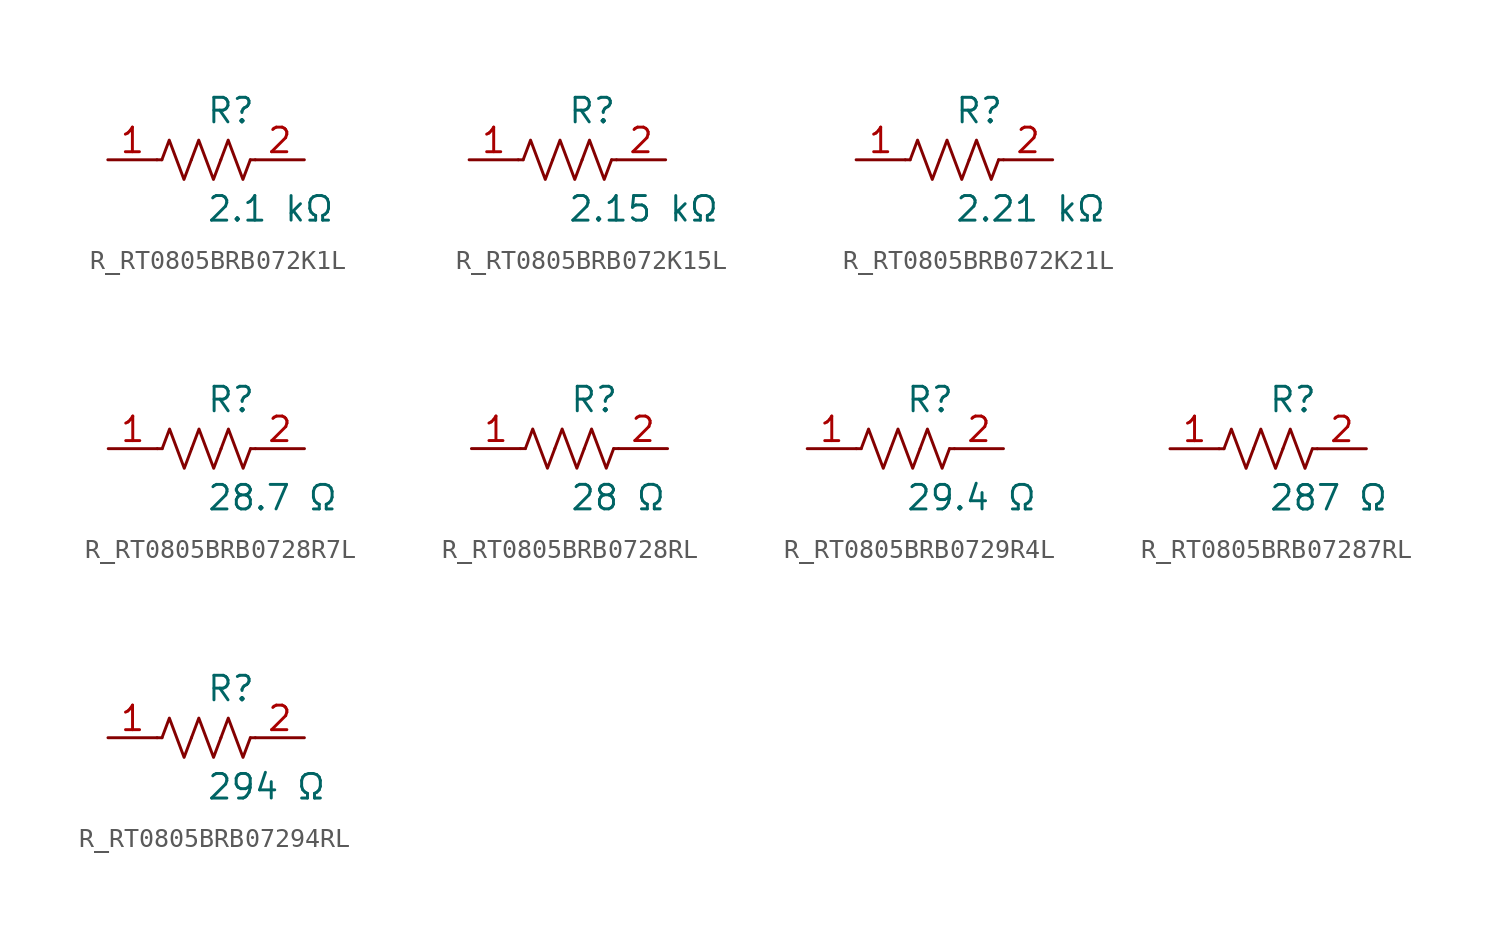
<source format=kicad_sym>
(kicad_symbol_lib
  (version 20231120)
  (generator kicad_symbol_editor)
  (generator_version 8.0)
  (symbol "R_RT0805BRB072K1L"
    (pin_names
      (offset 0.254))
    (property "Reference" "R"
      (at 0.0 2.54 0)
      (effects (font (size 1.27 1.27)) (justify left)))
    (property "Value" "2.1 kΩ"
      (at 0.0 -2.54 0)
      (effects (font (size 1.27 1.27)) (justify left)))
    (symbol "R_RT0805BRB072K1L_0_1"
      (polyline (pts (xy 2.286 0) (xy 2.54 0)) (stroke (width 0) (type default)) (fill (type none)))
      (polyline (pts (xy -2.286 0) (xy -2.54 0)) (stroke (width 0) (type default)) (fill (type none)))
      (polyline (pts (xy 0.762 0) (xy 1.143 1.016) (xy 1.524 0) (xy 1.905 -1.016) (xy 2.286 0)) (stroke (width 0) (type default)) (fill (type none)))
      (polyline (pts (xy -0.762 0) (xy -0.381 1.016) (xy 0 0) (xy 0.381 -1.016) (xy 0.762 0)) (stroke (width 0) (type default)) (fill (type none)))
      (polyline (pts (xy -2.286 0) (xy -1.905 1.016) (xy -1.524 0) (xy -1.143 -1.016) (xy -0.762 0)) (stroke (width 0) (type default)) (fill (type none))))
    (pin unspecified line
      (at -5.08 0 0)
      (length 2.54)
      (name "" (effects (font (size 1.27 1.27))))
      (number "1" (effects (font (size 1.27 1.27)))))
    (pin unspecified line
      (at 5.08 0 180)
      (length 2.54)
      (name "" (effects (font (size 1.27 1.27))))
      (number "2" (effects (font (size 1.27 1.27))))))
  (symbol "R_RT0805BRB072K15L"
    (pin_names
      (offset 0.254))
    (property "Reference" "R"
      (at 0.0 2.54 0)
      (effects (font (size 1.27 1.27)) (justify left)))
    (property "Value" "2.15 kΩ"
      (at 0.0 -2.54 0)
      (effects (font (size 1.27 1.27)) (justify left)))
    (symbol "R_RT0805BRB072K15L_0_1"
      (polyline (pts (xy 2.286 0) (xy 2.54 0)) (stroke (width 0) (type default)) (fill (type none)))
      (polyline (pts (xy -2.286 0) (xy -2.54 0)) (stroke (width 0) (type default)) (fill (type none)))
      (polyline (pts (xy 0.762 0) (xy 1.143 1.016) (xy 1.524 0) (xy 1.905 -1.016) (xy 2.286 0)) (stroke (width 0) (type default)) (fill (type none)))
      (polyline (pts (xy -0.762 0) (xy -0.381 1.016) (xy 0 0) (xy 0.381 -1.016) (xy 0.762 0)) (stroke (width 0) (type default)) (fill (type none)))
      (polyline (pts (xy -2.286 0) (xy -1.905 1.016) (xy -1.524 0) (xy -1.143 -1.016) (xy -0.762 0)) (stroke (width 0) (type default)) (fill (type none))))
    (pin unspecified line
      (at -5.08 0 0)
      (length 2.54)
      (name "" (effects (font (size 1.27 1.27))))
      (number "1" (effects (font (size 1.27 1.27)))))
    (pin unspecified line
      (at 5.08 0 180)
      (length 2.54)
      (name "" (effects (font (size 1.27 1.27))))
      (number "2" (effects (font (size 1.27 1.27))))))
  (symbol "R_RT0805BRB072K21L"
    (pin_names
      (offset 0.254))
    (property "Reference" "R"
      (at 0.0 2.54 0)
      (effects (font (size 1.27 1.27)) (justify left)))
    (property "Value" "2.21 kΩ"
      (at 0.0 -2.54 0)
      (effects (font (size 1.27 1.27)) (justify left)))
    (symbol "R_RT0805BRB072K21L_0_1"
      (polyline (pts (xy 2.286 0) (xy 2.54 0)) (stroke (width 0) (type default)) (fill (type none)))
      (polyline (pts (xy -2.286 0) (xy -2.54 0)) (stroke (width 0) (type default)) (fill (type none)))
      (polyline (pts (xy 0.762 0) (xy 1.143 1.016) (xy 1.524 0) (xy 1.905 -1.016) (xy 2.286 0)) (stroke (width 0) (type default)) (fill (type none)))
      (polyline (pts (xy -0.762 0) (xy -0.381 1.016) (xy 0 0) (xy 0.381 -1.016) (xy 0.762 0)) (stroke (width 0) (type default)) (fill (type none)))
      (polyline (pts (xy -2.286 0) (xy -1.905 1.016) (xy -1.524 0) (xy -1.143 -1.016) (xy -0.762 0)) (stroke (width 0) (type default)) (fill (type none))))
    (pin unspecified line
      (at -5.08 0 0)
      (length 2.54)
      (name "" (effects (font (size 1.27 1.27))))
      (number "1" (effects (font (size 1.27 1.27)))))
    (pin unspecified line
      (at 5.08 0 180)
      (length 2.54)
      (name "" (effects (font (size 1.27 1.27))))
      (number "2" (effects (font (size 1.27 1.27))))))
  (symbol "R_RT0805BRB0728R7L"
    (pin_names
      (offset 0.254))
    (property "Reference" "R"
      (at 0.0 2.54 0)
      (effects (font (size 1.27 1.27)) (justify left)))
    (property "Value" "28.7 Ω"
      (at 0.0 -2.54 0)
      (effects (font (size 1.27 1.27)) (justify left)))
    (symbol "R_RT0805BRB0728R7L_0_1"
      (polyline (pts (xy 2.286 0) (xy 2.54 0)) (stroke (width 0) (type default)) (fill (type none)))
      (polyline (pts (xy -2.286 0) (xy -2.54 0)) (stroke (width 0) (type default)) (fill (type none)))
      (polyline (pts (xy 0.762 0) (xy 1.143 1.016) (xy 1.524 0) (xy 1.905 -1.016) (xy 2.286 0)) (stroke (width 0) (type default)) (fill (type none)))
      (polyline (pts (xy -0.762 0) (xy -0.381 1.016) (xy 0 0) (xy 0.381 -1.016) (xy 0.762 0)) (stroke (width 0) (type default)) (fill (type none)))
      (polyline (pts (xy -2.286 0) (xy -1.905 1.016) (xy -1.524 0) (xy -1.143 -1.016) (xy -0.762 0)) (stroke (width 0) (type default)) (fill (type none))))
    (pin unspecified line
      (at -5.08 0 0)
      (length 2.54)
      (name "" (effects (font (size 1.27 1.27))))
      (number "1" (effects (font (size 1.27 1.27)))))
    (pin unspecified line
      (at 5.08 0 180)
      (length 2.54)
      (name "" (effects (font (size 1.27 1.27))))
      (number "2" (effects (font (size 1.27 1.27))))))
  (symbol "R_RT0805BRB0728RL"
    (pin_names
      (offset 0.254))
    (property "Reference" "R"
      (at 0.0 2.54 0)
      (effects (font (size 1.27 1.27)) (justify left)))
    (property "Value" "28 Ω"
      (at 0.0 -2.54 0)
      (effects (font (size 1.27 1.27)) (justify left)))
    (symbol "R_RT0805BRB0728RL_0_1"
      (polyline (pts (xy 2.286 0) (xy 2.54 0)) (stroke (width 0) (type default)) (fill (type none)))
      (polyline (pts (xy -2.286 0) (xy -2.54 0)) (stroke (width 0) (type default)) (fill (type none)))
      (polyline (pts (xy 0.762 0) (xy 1.143 1.016) (xy 1.524 0) (xy 1.905 -1.016) (xy 2.286 0)) (stroke (width 0) (type default)) (fill (type none)))
      (polyline (pts (xy -0.762 0) (xy -0.381 1.016) (xy 0 0) (xy 0.381 -1.016) (xy 0.762 0)) (stroke (width 0) (type default)) (fill (type none)))
      (polyline (pts (xy -2.286 0) (xy -1.905 1.016) (xy -1.524 0) (xy -1.143 -1.016) (xy -0.762 0)) (stroke (width 0) (type default)) (fill (type none))))
    (pin unspecified line
      (at -5.08 0 0)
      (length 2.54)
      (name "" (effects (font (size 1.27 1.27))))
      (number "1" (effects (font (size 1.27 1.27)))))
    (pin unspecified line
      (at 5.08 0 180)
      (length 2.54)
      (name "" (effects (font (size 1.27 1.27))))
      (number "2" (effects (font (size 1.27 1.27))))))
  (symbol "R_RT0805BRB0729R4L"
    (pin_names
      (offset 0.254))
    (property "Reference" "R"
      (at 0.0 2.54 0)
      (effects (font (size 1.27 1.27)) (justify left)))
    (property "Value" "29.4 Ω"
      (at 0.0 -2.54 0)
      (effects (font (size 1.27 1.27)) (justify left)))
    (symbol "R_RT0805BRB0729R4L_0_1"
      (polyline (pts (xy 2.286 0) (xy 2.54 0)) (stroke (width 0) (type default)) (fill (type none)))
      (polyline (pts (xy -2.286 0) (xy -2.54 0)) (stroke (width 0) (type default)) (fill (type none)))
      (polyline (pts (xy 0.762 0) (xy 1.143 1.016) (xy 1.524 0) (xy 1.905 -1.016) (xy 2.286 0)) (stroke (width 0) (type default)) (fill (type none)))
      (polyline (pts (xy -0.762 0) (xy -0.381 1.016) (xy 0 0) (xy 0.381 -1.016) (xy 0.762 0)) (stroke (width 0) (type default)) (fill (type none)))
      (polyline (pts (xy -2.286 0) (xy -1.905 1.016) (xy -1.524 0) (xy -1.143 -1.016) (xy -0.762 0)) (stroke (width 0) (type default)) (fill (type none))))
    (pin unspecified line
      (at -5.08 0 0)
      (length 2.54)
      (name "" (effects (font (size 1.27 1.27))))
      (number "1" (effects (font (size 1.27 1.27)))))
    (pin unspecified line
      (at 5.08 0 180)
      (length 2.54)
      (name "" (effects (font (size 1.27 1.27))))
      (number "2" (effects (font (size 1.27 1.27))))))
  (symbol "R_RT0805BRB07287RL"
    (pin_names
      (offset 0.254))
    (property "Reference" "R"
      (at 0.0 2.54 0)
      (effects (font (size 1.27 1.27)) (justify left)))
    (property "Value" "287 Ω"
      (at 0.0 -2.54 0)
      (effects (font (size 1.27 1.27)) (justify left)))
    (symbol "R_RT0805BRB07287RL_0_1"
      (polyline (pts (xy 2.286 0) (xy 2.54 0)) (stroke (width 0) (type default)) (fill (type none)))
      (polyline (pts (xy -2.286 0) (xy -2.54 0)) (stroke (width 0) (type default)) (fill (type none)))
      (polyline (pts (xy 0.762 0) (xy 1.143 1.016) (xy 1.524 0) (xy 1.905 -1.016) (xy 2.286 0)) (stroke (width 0) (type default)) (fill (type none)))
      (polyline (pts (xy -0.762 0) (xy -0.381 1.016) (xy 0 0) (xy 0.381 -1.016) (xy 0.762 0)) (stroke (width 0) (type default)) (fill (type none)))
      (polyline (pts (xy -2.286 0) (xy -1.905 1.016) (xy -1.524 0) (xy -1.143 -1.016) (xy -0.762 0)) (stroke (width 0) (type default)) (fill (type none))))
    (pin unspecified line
      (at -5.08 0 0)
      (length 2.54)
      (name "" (effects (font (size 1.27 1.27))))
      (number "1" (effects (font (size 1.27 1.27)))))
    (pin unspecified line
      (at 5.08 0 180)
      (length 2.54)
      (name "" (effects (font (size 1.27 1.27))))
      (number "2" (effects (font (size 1.27 1.27))))))
  (symbol "R_RT0805BRB07294RL"
    (pin_names
      (offset 0.254))
    (property "Reference" "R"
      (at 0.0 2.54 0)
      (effects (font (size 1.27 1.27)) (justify left)))
    (property "Value" "294 Ω"
      (at 0.0 -2.54 0)
      (effects (font (size 1.27 1.27)) (justify left)))
    (symbol "R_RT0805BRB07294RL_0_1"
      (polyline (pts (xy 2.286 0) (xy 2.54 0)) (stroke (width 0) (type default)) (fill (type none)))
      (polyline (pts (xy -2.286 0) (xy -2.54 0)) (stroke (width 0) (type default)) (fill (type none)))
      (polyline (pts (xy 0.762 0) (xy 1.143 1.016) (xy 1.524 0) (xy 1.905 -1.016) (xy 2.286 0)) (stroke (width 0) (type default)) (fill (type none)))
      (polyline (pts (xy -0.762 0) (xy -0.381 1.016) (xy 0 0) (xy 0.381 -1.016) (xy 0.762 0)) (stroke (width 0) (type default)) (fill (type none)))
      (polyline (pts (xy -2.286 0) (xy -1.905 1.016) (xy -1.524 0) (xy -1.143 -1.016) (xy -0.762 0)) (stroke (width 0) (type default)) (fill (type none))))
    (pin unspecified line
      (at -5.08 0 0)
      (length 2.54)
      (name "" (effects (font (size 1.27 1.27))))
      (number "1" (effects (font (size 1.27 1.27)))))
    (pin unspecified line
      (at 5.08 0 180)
      (length 2.54)
      (name "" (effects (font (size 1.27 1.27))))
      (number "2" (effects (font (size 1.27 1.27)))))))
</source>
